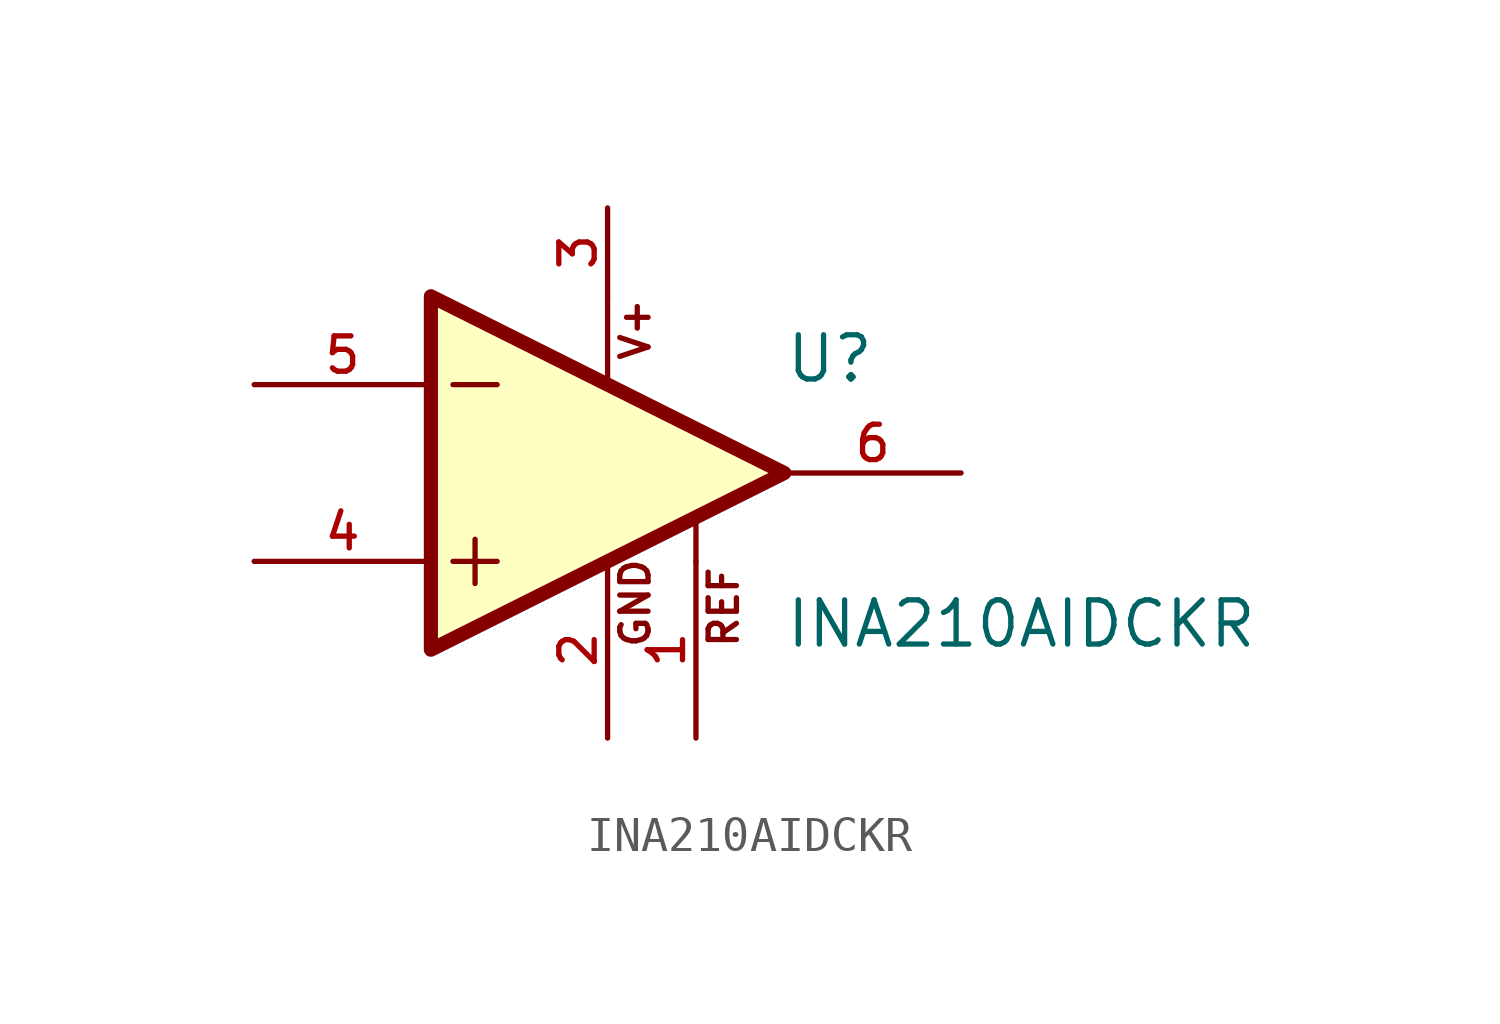
<source format=kicad_sym>
(kicad_symbol_lib
  (version 20231120)
  (generator "kicad_symbol_editor")
  (generator_version "8.0")
  (symbol "INA210AIDCKR"
    (pin_names
      (offset 1.016))
    (property "Reference" "U"
      (at 7.62 2.54 0)
      (effects (font (size 1.27 1.27)) (justify left bottom)))
    (property "Value" "INA210AIDCKR"
      (at 7.62 -5.08 0)
      (effects (font (size 1.27 1.27)) (justify left bottom)))
    (symbol "INA210AIDCKR_0_0"
      (polyline (pts (xy -1.905 -2.54) (xy -0.635 -2.54)) (stroke (width 0.152) (type default)) (fill (type none)))
      (polyline (pts (xy -1.905 2.54) (xy -0.635 2.54)) (stroke (width 0.152) (type default)) (fill (type none)))
      (polyline (pts (xy -1.27 -1.905) (xy -1.27 -3.175)) (stroke (width 0.152) (type default)) (fill (type none)))
      (polyline (pts (xy 2.54 5.08) (xy 2.54 2.54)) (stroke (width 0.152) (type default)) (fill (type none)))
      (polyline (pts (xy 5.08 -2.54) (xy 5.08 -1.27)) (stroke (width 0.152) (type default)) (fill (type none)))
      (text "GND" (at 3.81 -5.08 900) (effects (font (size 0.813 0.813)) (justify left bottom)))
      (text "REF" (at 6.35 -5.08 900) (effects (font (size 0.813 0.813)) (justify left bottom)))
      (text "V+" (at 3.81 3.175 900) (effects (font (size 0.813 0.813)) (justify left bottom)))
      (pin input line (at 5.08 -7.62 90) (length 5.08) (name "~" (effects (font (size 1.016 1.016)))) (number "1" (effects (font (size 1.016 1.016)))))
      (pin power_in line (at 2.54 -7.62 90) (length 5.08) (name "~" (effects (font (size 1.016 1.016)))) (number "2" (effects (font (size 1.016 1.016)))))
      (pin power_in line (at 2.54 7.62 270) (length 2.54) (name "~" (effects (font (size 1.016 1.016)))) (number "3" (effects (font (size 1.016 1.016)))))
      (pin input line (at -7.62 -2.54 0) (length 5.08) (name "~" (effects (font (size 1.016 1.016)))) (number "4" (effects (font (size 1.016 1.016)))))
      (pin input line (at -7.62 2.54 0) (length 5.08) (name "~" (effects (font (size 1.016 1.016)))) (number "5" (effects (font (size 1.016 1.016)))))
      (pin output line (at 12.7 0 180) (length 5.08) (name "~" (effects (font (size 1.016 1.016)))) (number "6" (effects (font (size 1.016 1.016))))))
    (symbol "INA210AIDCKR_1_0"
      (polyline (pts (xy 7.62 0) (xy -2.54 -5.08) (xy -2.54 5.08) (xy 7.62 0)) (stroke (width 0.406) (type default)) (fill (type background))))))
</source>
